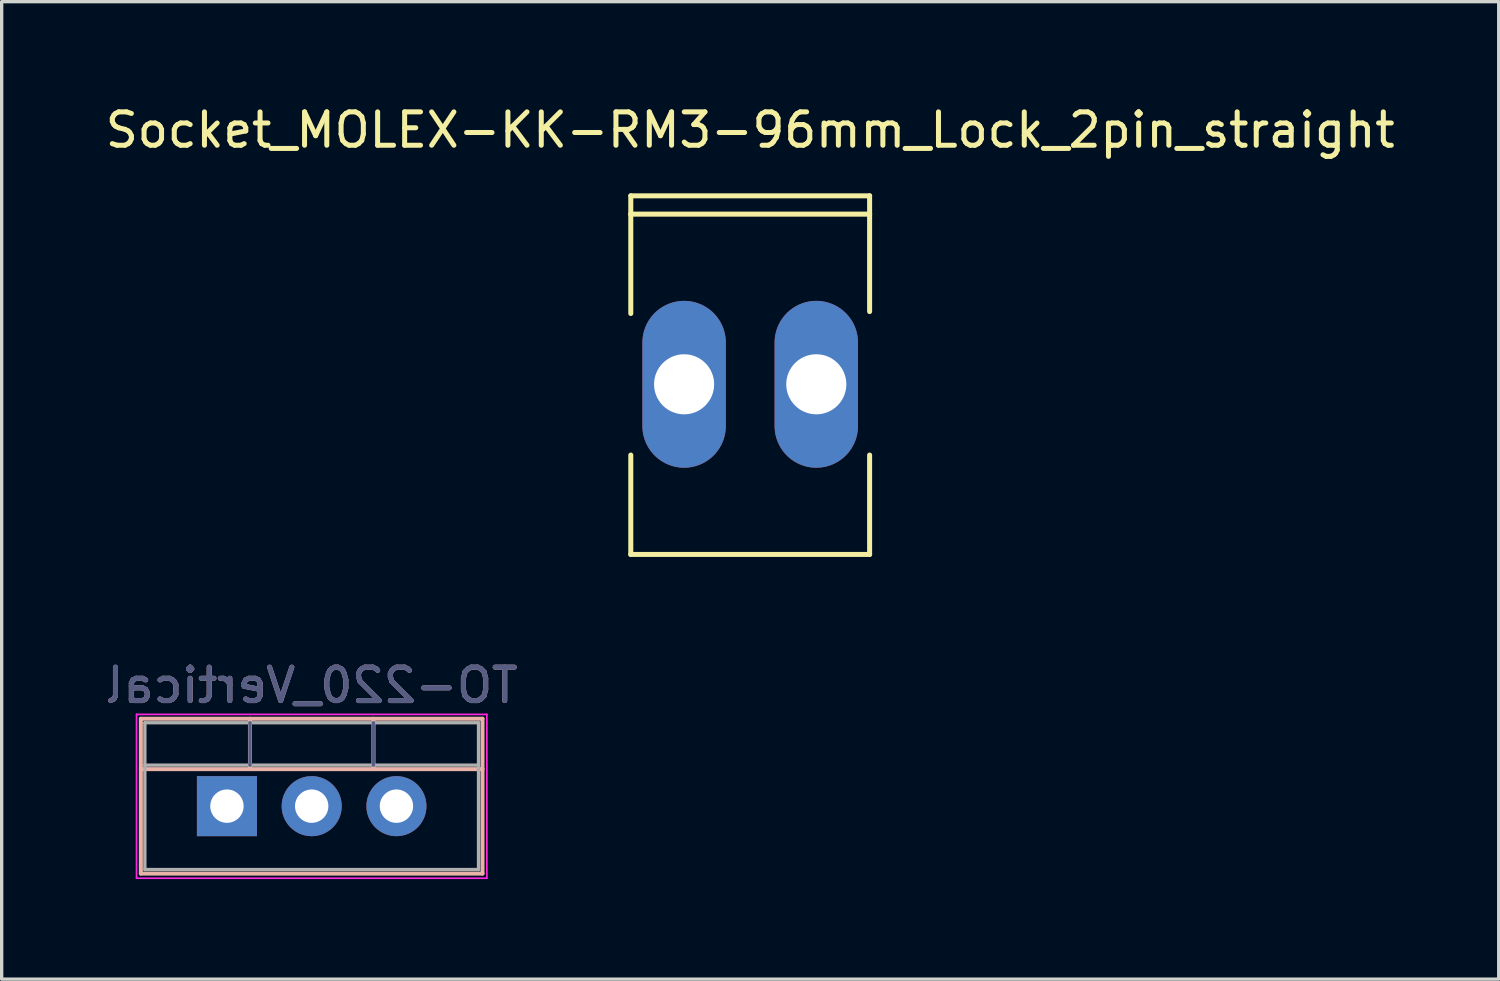
<source format=kicad_pcb>
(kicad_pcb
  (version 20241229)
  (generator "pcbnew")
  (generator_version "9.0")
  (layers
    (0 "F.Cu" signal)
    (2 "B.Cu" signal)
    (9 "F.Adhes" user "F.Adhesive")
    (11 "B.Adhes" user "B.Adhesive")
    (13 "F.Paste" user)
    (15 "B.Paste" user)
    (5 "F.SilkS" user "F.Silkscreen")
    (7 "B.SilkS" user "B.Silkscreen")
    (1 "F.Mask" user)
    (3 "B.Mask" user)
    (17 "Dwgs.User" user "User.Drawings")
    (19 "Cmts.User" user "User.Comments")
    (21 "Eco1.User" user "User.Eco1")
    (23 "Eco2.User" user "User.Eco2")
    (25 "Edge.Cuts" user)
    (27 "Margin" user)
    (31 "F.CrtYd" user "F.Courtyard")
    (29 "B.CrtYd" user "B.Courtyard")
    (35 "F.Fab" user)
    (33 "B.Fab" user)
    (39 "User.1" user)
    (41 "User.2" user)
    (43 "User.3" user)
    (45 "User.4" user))
  (footprint "TO-220_Vertical"
    (layer "F.Cu")
    (at 3.752 21.112)
    (property "Reference" "TO-220_Vertical" (at 2.54 -3.62 0) (layer "B.SilkS") (effects (font (size 1 1) (thickness 0.15)) (justify mirror)))
    (attr through_hole)
    (fp_line (start -2.58 -2.62) (end -2.58 2.021) (stroke (width 0.12) (type solid)) (layer "B.SilkS"))
    (fp_line (start -2.58 -2.62) (end 7.66 -2.62) (stroke (width 0.12) (type solid)) (layer "B.SilkS"))
    (fp_line (start -2.58 -1.11) (end 7.66 -1.11) (stroke (width 0.12) (type solid)) (layer "B.SilkS"))
    (fp_line (start -2.58 2.021) (end 7.66 2.021) (stroke (width 0.12) (type solid)) (layer "B.SilkS"))
    (fp_line (start 0.69 -2.62) (end 0.69 -1.11) (stroke (width 0.12) (type solid)) (layer "B.SilkS"))
    (fp_line (start 4.391 -2.62) (end 4.391 -1.11) (stroke (width 0.12) (type solid)) (layer "B.SilkS"))
    (fp_line (start 7.66 -2.62) (end 7.66 2.021) (stroke (width 0.12) (type solid)) (layer "B.SilkS"))
    (fp_line (start -2.71 -2.75) (end -2.71 2.16) (stroke (width 0.05) (type solid)) (layer "F.CrtYd"))
    (fp_line (start -2.71 2.16) (end 7.79 2.16) (stroke (width 0.05) (type solid)) (layer "F.CrtYd"))
    (fp_line (start 7.79 -2.75) (end -2.71 -2.75) (stroke (width 0.05) (type solid)) (layer "F.CrtYd"))
    (fp_line (start 7.79 2.16) (end 7.79 -2.75) (stroke (width 0.05) (type solid)) (layer "F.CrtYd"))
    (fp_line (start 0.69 -2.5) (end 0.69 -1.23) (stroke (width 0.1) (type solid)) (layer "B.Fab"))
    (fp_line (start 4.39 -2.5) (end 4.39 -1.23) (stroke (width 0.1) (type solid)) (layer "B.Fab"))
    (fp_line (start -2.46 -2.5) (end -2.46 1.9) (stroke (width 0.1) (type solid)) (layer "F.Fab"))
    (fp_line (start -2.46 -1.23) (end 7.54 -1.23) (stroke (width 0.1) (type solid)) (layer "F.Fab"))
    (fp_line (start -2.46 1.9) (end 7.54 1.9) (stroke (width 0.1) (type solid)) (layer "F.Fab"))
    (fp_line (start 7.54 -2.5) (end -2.46 -2.5) (stroke (width 0.1) (type solid)) (layer "F.Fab"))
    (fp_line (start 7.54 1.9) (end 7.54 -2.5) (stroke (width 0.1) (type solid)) (layer "F.Fab"))
    (fp_text user "${REFERENCE}" (at 2.54 -3.62 0) (layer "B.Fab") (effects (font (size 1 1) (thickness 0.15)) (justify mirror)))
    (pad "1" thru_hole rect (at 0 0) (size 1.8 1.8) (drill 1) (layers "*.Cu" "*.Mask"))
    (pad "2" thru_hole oval (at 2.54 0) (size 1.8 1.8) (drill 1) (layers "*.Cu" "*.Mask"))
    (pad "3" thru_hole oval (at 5.08 0) (size 1.8 1.8) (drill 1) (layers "*.Cu" "*.Mask")))
  (footprint "Socket_MOLEX-KK-RM3-96mm_Lock_2pin_straight"
    (layer "F.Cu")
    (at 19.435 8.468)
    (property "Reference" "Socket_MOLEX-KK-RM3-96mm_Lock_2pin_straight" (at 0 -7.62 0) (layer "F.SilkS") (effects (font (size 1 1) (thickness 0.15))))
    (attr through_hole)
    (fp_line (start -3.579 -5.649) (end -3.579 -5.1) (stroke (width 0.15) (type solid)) (layer "F.SilkS"))
    (fp_line (start -3.579 -5.1) (end -3.579 -2.121) (stroke (width 0.15) (type solid)) (layer "F.SilkS"))
    (fp_line (start -3.579 2.121) (end -3.579 5.1) (stroke (width 0.15) (type solid)) (layer "F.SilkS"))
    (fp_line (start -3.579 5.1) (end 3.579 5.1) (stroke (width 0.15) (type solid)) (layer "F.SilkS"))
    (fp_line (start 3.579 -5.649) (end -3.579 -5.649) (stroke (width 0.15) (type solid)) (layer "F.SilkS"))
    (fp_line (start 3.579 -5.1) (end -3.579 -5.1) (stroke (width 0.15) (type solid)) (layer "F.SilkS"))
    (fp_line (start 3.579 -5.1) (end 3.579 -5.649) (stroke (width 0.15) (type solid)) (layer "F.SilkS"))
    (fp_line (start 3.579 -2.179) (end 3.579 -5.1) (stroke (width 0.15) (type solid)) (layer "F.SilkS"))
    (fp_line (start 3.579 5.1) (end 3.579 2.121) (stroke (width 0.15) (type solid)) (layer "F.SilkS"))
    (pad "1" thru_hole oval (at -1.981 0) (size 2.5 5.001) (drill 1.801) (layers "*.Cu" "*.Mask"))
    (pad "2" thru_hole oval (at 1.981 0) (size 2.5 5.001) (drill 1.801) (layers "*.Cu" "*.Mask")))
  (gr_rect
    (start -3 -3)
    (end 41.869 26.297)
    (stroke (width 0.1) (type default))
    (fill no)
    (layer "Edge.Cuts")))
</source>
